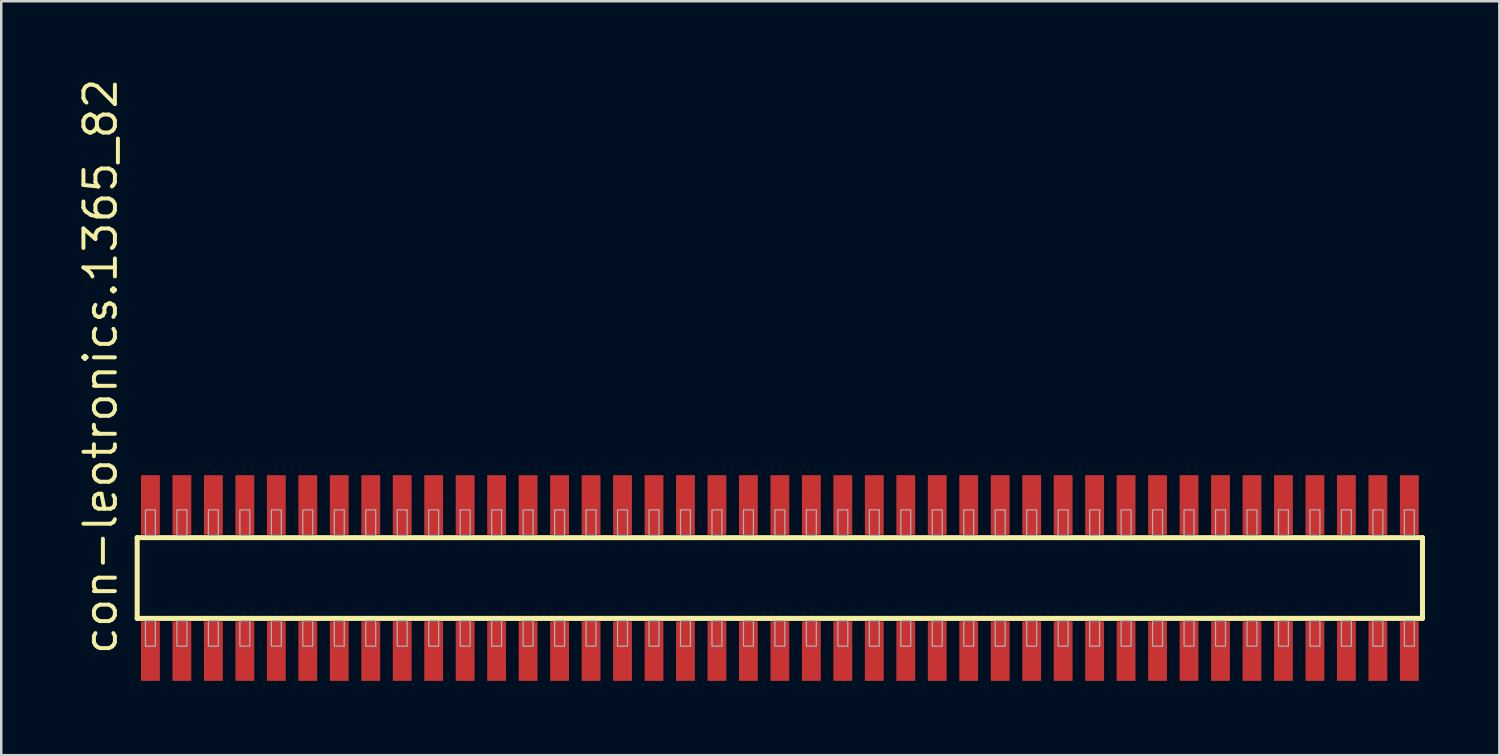
<source format=kicad_pcb>
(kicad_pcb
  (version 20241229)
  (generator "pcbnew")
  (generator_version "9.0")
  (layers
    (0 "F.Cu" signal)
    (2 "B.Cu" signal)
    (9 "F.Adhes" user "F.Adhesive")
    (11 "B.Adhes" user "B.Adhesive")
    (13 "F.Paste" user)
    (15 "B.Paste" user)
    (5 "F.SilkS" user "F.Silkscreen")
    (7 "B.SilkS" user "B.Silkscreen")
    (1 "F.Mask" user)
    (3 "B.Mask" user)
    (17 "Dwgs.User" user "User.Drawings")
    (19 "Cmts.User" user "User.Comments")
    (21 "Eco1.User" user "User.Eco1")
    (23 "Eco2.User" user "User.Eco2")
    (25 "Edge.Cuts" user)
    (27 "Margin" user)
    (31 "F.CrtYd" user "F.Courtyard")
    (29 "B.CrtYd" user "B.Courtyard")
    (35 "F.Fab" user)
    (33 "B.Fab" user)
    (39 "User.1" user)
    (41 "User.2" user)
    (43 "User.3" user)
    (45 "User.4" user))
  (footprint "con-leotronics.1365_82"
    (layer "F.Cu")
    (at 28.42 20.274)
    (property "Reference" "con-leotronics.1365_82" (at -26.67 3.175 90) (layer "F.SilkS") (effects (font (size 1.27 1.27) (thickness 0.16)) (justify left bottom)))
    (attr smd)
    (fp_line (start -25.935 -1.63) (end 25.93 -1.63) (stroke (width 0.203) (type default)) (layer "F.SilkS"))
    (fp_line (start -25.935 1.63) (end -25.935 -1.63) (stroke (width 0.203) (type default)) (layer "F.SilkS"))
    (fp_line (start 25.93 -1.63) (end 25.93 1.63) (stroke (width 0.203) (type default)) (layer "F.SilkS"))
    (fp_line (start 25.93 1.63) (end -25.935 1.63) (stroke (width 0.203) (type default)) (layer "F.SilkS"))
    (fp_rect (start -25.6 -1.725) (end -25.2 -2.75) (stroke (width 0.05) (type default)) (fill no) (layer "F.Fab"))
    (fp_rect (start -25.6 2.75) (end -25.2 1.725) (stroke (width 0.05) (type default)) (fill no) (layer "F.Fab"))
    (fp_rect (start -24.33 -1.725) (end -23.93 -2.75) (stroke (width 0.05) (type default)) (fill no) (layer "F.Fab"))
    (fp_rect (start -24.33 2.75) (end -23.93 1.725) (stroke (width 0.05) (type default)) (fill no) (layer "F.Fab"))
    (fp_rect (start -23.06 -1.725) (end -22.66 -2.75) (stroke (width 0.05) (type default)) (fill no) (layer "F.Fab"))
    (fp_rect (start -23.06 2.75) (end -22.66 1.725) (stroke (width 0.05) (type default)) (fill no) (layer "F.Fab"))
    (fp_rect (start -21.79 -1.725) (end -21.39 -2.75) (stroke (width 0.05) (type default)) (fill no) (layer "F.Fab"))
    (fp_rect (start -21.79 2.75) (end -21.39 1.725) (stroke (width 0.05) (type default)) (fill no) (layer "F.Fab"))
    (fp_rect (start -20.52 -1.725) (end -20.12 -2.75) (stroke (width 0.05) (type default)) (fill no) (layer "F.Fab"))
    (fp_rect (start -20.52 2.75) (end -20.12 1.725) (stroke (width 0.05) (type default)) (fill no) (layer "F.Fab"))
    (fp_rect (start -19.25 -1.725) (end -18.85 -2.75) (stroke (width 0.05) (type default)) (fill no) (layer "F.Fab"))
    (fp_rect (start -19.25 2.75) (end -18.85 1.725) (stroke (width 0.05) (type default)) (fill no) (layer "F.Fab"))
    (fp_rect (start -17.98 -1.725) (end -17.58 -2.75) (stroke (width 0.05) (type default)) (fill no) (layer "F.Fab"))
    (fp_rect (start -17.98 2.75) (end -17.58 1.725) (stroke (width 0.05) (type default)) (fill no) (layer "F.Fab"))
    (fp_rect (start -16.71 -1.725) (end -16.31 -2.75) (stroke (width 0.05) (type default)) (fill no) (layer "F.Fab"))
    (fp_rect (start -16.71 2.75) (end -16.31 1.725) (stroke (width 0.05) (type default)) (fill no) (layer "F.Fab"))
    (fp_rect (start -15.44 -1.725) (end -15.04 -2.75) (stroke (width 0.05) (type default)) (fill no) (layer "F.Fab"))
    (fp_rect (start -15.44 2.75) (end -15.04 1.725) (stroke (width 0.05) (type default)) (fill no) (layer "F.Fab"))
    (fp_rect (start -14.17 -1.725) (end -13.77 -2.75) (stroke (width 0.05) (type default)) (fill no) (layer "F.Fab"))
    (fp_rect (start -14.17 2.75) (end -13.77 1.725) (stroke (width 0.05) (type default)) (fill no) (layer "F.Fab"))
    (fp_rect (start -12.9 -1.725) (end -12.5 -2.75) (stroke (width 0.05) (type default)) (fill no) (layer "F.Fab"))
    (fp_rect (start -12.9 2.75) (end -12.5 1.725) (stroke (width 0.05) (type default)) (fill no) (layer "F.Fab"))
    (fp_rect (start -11.63 -1.725) (end -11.23 -2.75) (stroke (width 0.05) (type default)) (fill no) (layer "F.Fab"))
    (fp_rect (start -11.63 2.75) (end -11.23 1.725) (stroke (width 0.05) (type default)) (fill no) (layer "F.Fab"))
    (fp_rect (start -10.36 -1.725) (end -9.96 -2.75) (stroke (width 0.05) (type default)) (fill no) (layer "F.Fab"))
    (fp_rect (start -10.36 2.75) (end -9.96 1.725) (stroke (width 0.05) (type default)) (fill no) (layer "F.Fab"))
    (fp_rect (start -9.09 -1.725) (end -8.69 -2.75) (stroke (width 0.05) (type default)) (fill no) (layer "F.Fab"))
    (fp_rect (start -9.09 2.75) (end -8.69 1.725) (stroke (width 0.05) (type default)) (fill no) (layer "F.Fab"))
    (fp_rect (start -7.82 -1.725) (end -7.42 -2.75) (stroke (width 0.05) (type default)) (fill no) (layer "F.Fab"))
    (fp_rect (start -7.82 2.75) (end -7.42 1.725) (stroke (width 0.05) (type default)) (fill no) (layer "F.Fab"))
    (fp_rect (start -6.55 -1.725) (end -6.15 -2.75) (stroke (width 0.05) (type default)) (fill no) (layer "F.Fab"))
    (fp_rect (start -6.55 2.75) (end -6.15 1.725) (stroke (width 0.05) (type default)) (fill no) (layer "F.Fab"))
    (fp_rect (start -5.28 -1.725) (end -4.88 -2.75) (stroke (width 0.05) (type default)) (fill no) (layer "F.Fab"))
    (fp_rect (start -5.28 2.75) (end -4.88 1.725) (stroke (width 0.05) (type default)) (fill no) (layer "F.Fab"))
    (fp_rect (start -4.01 -1.725) (end -3.61 -2.75) (stroke (width 0.05) (type default)) (fill no) (layer "F.Fab"))
    (fp_rect (start -4.01 2.75) (end -3.61 1.725) (stroke (width 0.05) (type default)) (fill no) (layer "F.Fab"))
    (fp_rect (start -2.74 -1.725) (end -2.34 -2.75) (stroke (width 0.05) (type default)) (fill no) (layer "F.Fab"))
    (fp_rect (start -2.74 2.75) (end -2.34 1.725) (stroke (width 0.05) (type default)) (fill no) (layer "F.Fab"))
    (fp_rect (start -1.47 -1.725) (end -1.07 -2.75) (stroke (width 0.05) (type default)) (fill no) (layer "F.Fab"))
    (fp_rect (start -1.47 2.75) (end -1.07 1.725) (stroke (width 0.05) (type default)) (fill no) (layer "F.Fab"))
    (fp_rect (start -0.2 -1.725) (end 0.2 -2.75) (stroke (width 0.05) (type default)) (fill no) (layer "F.Fab"))
    (fp_rect (start -0.2 2.75) (end 0.2 1.725) (stroke (width 0.05) (type default)) (fill no) (layer "F.Fab"))
    (fp_rect (start 1.07 -1.725) (end 1.47 -2.75) (stroke (width 0.05) (type default)) (fill no) (layer "F.Fab"))
    (fp_rect (start 1.07 2.75) (end 1.47 1.725) (stroke (width 0.05) (type default)) (fill no) (layer "F.Fab"))
    (fp_rect (start 2.34 -1.725) (end 2.74 -2.75) (stroke (width 0.05) (type default)) (fill no) (layer "F.Fab"))
    (fp_rect (start 2.34 2.75) (end 2.74 1.725) (stroke (width 0.05) (type default)) (fill no) (layer "F.Fab"))
    (fp_rect (start 3.61 -1.725) (end 4.01 -2.75) (stroke (width 0.05) (type default)) (fill no) (layer "F.Fab"))
    (fp_rect (start 3.61 2.75) (end 4.01 1.725) (stroke (width 0.05) (type default)) (fill no) (layer "F.Fab"))
    (fp_rect (start 4.88 -1.725) (end 5.28 -2.75) (stroke (width 0.05) (type default)) (fill no) (layer "F.Fab"))
    (fp_rect (start 4.88 2.75) (end 5.28 1.725) (stroke (width 0.05) (type default)) (fill no) (layer "F.Fab"))
    (fp_rect (start 6.15 -1.725) (end 6.55 -2.75) (stroke (width 0.05) (type default)) (fill no) (layer "F.Fab"))
    (fp_rect (start 6.15 2.75) (end 6.55 1.725) (stroke (width 0.05) (type default)) (fill no) (layer "F.Fab"))
    (fp_rect (start 7.42 -1.725) (end 7.82 -2.75) (stroke (width 0.05) (type default)) (fill no) (layer "F.Fab"))
    (fp_rect (start 7.42 2.75) (end 7.82 1.725) (stroke (width 0.05) (type default)) (fill no) (layer "F.Fab"))
    (fp_rect (start 8.69 -1.725) (end 9.09 -2.75) (stroke (width 0.05) (type default)) (fill no) (layer "F.Fab"))
    (fp_rect (start 8.69 2.75) (end 9.09 1.725) (stroke (width 0.05) (type default)) (fill no) (layer "F.Fab"))
    (fp_rect (start 9.96 -1.725) (end 10.36 -2.75) (stroke (width 0.05) (type default)) (fill no) (layer "F.Fab"))
    (fp_rect (start 9.96 2.75) (end 10.36 1.725) (stroke (width 0.05) (type default)) (fill no) (layer "F.Fab"))
    (fp_rect (start 11.23 -1.725) (end 11.63 -2.75) (stroke (width 0.05) (type default)) (fill no) (layer "F.Fab"))
    (fp_rect (start 11.23 2.75) (end 11.63 1.725) (stroke (width 0.05) (type default)) (fill no) (layer "F.Fab"))
    (fp_rect (start 12.5 -1.725) (end 12.9 -2.75) (stroke (width 0.05) (type default)) (fill no) (layer "F.Fab"))
    (fp_rect (start 12.5 2.75) (end 12.9 1.725) (stroke (width 0.05) (type default)) (fill no) (layer "F.Fab"))
    (fp_rect (start 13.77 -1.725) (end 14.17 -2.75) (stroke (width 0.05) (type default)) (fill no) (layer "F.Fab"))
    (fp_rect (start 13.77 2.75) (end 14.17 1.725) (stroke (width 0.05) (type default)) (fill no) (layer "F.Fab"))
    (fp_rect (start 15.04 -1.725) (end 15.44 -2.75) (stroke (width 0.05) (type default)) (fill no) (layer "F.Fab"))
    (fp_rect (start 15.04 2.75) (end 15.44 1.725) (stroke (width 0.05) (type default)) (fill no) (layer "F.Fab"))
    (fp_rect (start 16.31 -1.725) (end 16.71 -2.75) (stroke (width 0.05) (type default)) (fill no) (layer "F.Fab"))
    (fp_rect (start 16.31 2.75) (end 16.71 1.725) (stroke (width 0.05) (type default)) (fill no) (layer "F.Fab"))
    (fp_rect (start 17.58 -1.725) (end 17.98 -2.75) (stroke (width 0.05) (type default)) (fill no) (layer "F.Fab"))
    (fp_rect (start 17.58 2.75) (end 17.98 1.725) (stroke (width 0.05) (type default)) (fill no) (layer "F.Fab"))
    (fp_rect (start 18.85 -1.725) (end 19.25 -2.75) (stroke (width 0.05) (type default)) (fill no) (layer "F.Fab"))
    (fp_rect (start 18.85 2.75) (end 19.25 1.725) (stroke (width 0.05) (type default)) (fill no) (layer "F.Fab"))
    (fp_rect (start 20.12 -1.725) (end 20.52 -2.75) (stroke (width 0.05) (type default)) (fill no) (layer "F.Fab"))
    (fp_rect (start 20.12 2.75) (end 20.52 1.725) (stroke (width 0.05) (type default)) (fill no) (layer "F.Fab"))
    (fp_rect (start 21.39 -1.725) (end 21.79 -2.75) (stroke (width 0.05) (type default)) (fill no) (layer "F.Fab"))
    (fp_rect (start 21.39 2.75) (end 21.79 1.725) (stroke (width 0.05) (type default)) (fill no) (layer "F.Fab"))
    (fp_rect (start 22.66 -1.725) (end 23.06 -2.75) (stroke (width 0.05) (type default)) (fill no) (layer "F.Fab"))
    (fp_rect (start 22.66 2.75) (end 23.06 1.725) (stroke (width 0.05) (type default)) (fill no) (layer "F.Fab"))
    (fp_rect (start 23.93 -1.725) (end 24.33 -2.75) (stroke (width 0.05) (type default)) (fill no) (layer "F.Fab"))
    (fp_rect (start 23.93 2.75) (end 24.33 1.725) (stroke (width 0.05) (type default)) (fill no) (layer "F.Fab"))
    (fp_rect (start 25.2 -1.725) (end 25.6 -2.75) (stroke (width 0.05) (type default)) (fill no) (layer "F.Fab"))
    (fp_rect (start 25.2 2.75) (end 25.6 1.725) (stroke (width 0.05) (type default)) (fill no) (layer "F.Fab"))
    (pad "1" smd roundrect (at -25.4 2.95) (size 0.76 2.4) (layers "F.Cu" "F.Mask" "F.Paste") (roundrect_rratio 0.01))
    (pad "2" smd roundrect (at -25.4 -2.95) (size 0.76 2.4) (layers "F.Cu" "F.Mask" "F.Paste") (roundrect_rratio 0.01))
    (pad "3" smd roundrect (at -24.13 2.95) (size 0.76 2.4) (layers "F.Cu" "F.Mask" "F.Paste") (roundrect_rratio 0.01))
    (pad "4" smd roundrect (at -24.13 -2.95) (size 0.76 2.4) (layers "F.Cu" "F.Mask" "F.Paste") (roundrect_rratio 0.01))
    (pad "5" smd roundrect (at -22.86 2.95) (size 0.76 2.4) (layers "F.Cu" "F.Mask" "F.Paste") (roundrect_rratio 0.01))
    (pad "6" smd roundrect (at -22.86 -2.95) (size 0.76 2.4) (layers "F.Cu" "F.Mask" "F.Paste") (roundrect_rratio 0.01))
    (pad "7" smd roundrect (at -21.59 2.95) (size 0.76 2.4) (layers "F.Cu" "F.Mask" "F.Paste") (roundrect_rratio 0.01))
    (pad "8" smd roundrect (at -21.59 -2.95) (size 0.76 2.4) (layers "F.Cu" "F.Mask" "F.Paste") (roundrect_rratio 0.01))
    (pad "9" smd roundrect (at -20.32 2.95) (size 0.76 2.4) (layers "F.Cu" "F.Mask" "F.Paste") (roundrect_rratio 0.01))
    (pad "10" smd roundrect (at -20.32 -2.95) (size 0.76 2.4) (layers "F.Cu" "F.Mask" "F.Paste") (roundrect_rratio 0.01))
    (pad "11" smd roundrect (at -19.05 2.95) (size 0.76 2.4) (layers "F.Cu" "F.Mask" "F.Paste") (roundrect_rratio 0.01))
    (pad "12" smd roundrect (at -19.05 -2.95) (size 0.76 2.4) (layers "F.Cu" "F.Mask" "F.Paste") (roundrect_rratio 0.01))
    (pad "13" smd roundrect (at -17.78 2.95) (size 0.76 2.4) (layers "F.Cu" "F.Mask" "F.Paste") (roundrect_rratio 0.01))
    (pad "14" smd roundrect (at -17.78 -2.95) (size 0.76 2.4) (layers "F.Cu" "F.Mask" "F.Paste") (roundrect_rratio 0.01))
    (pad "15" smd roundrect (at -16.51 2.95) (size 0.76 2.4) (layers "F.Cu" "F.Mask" "F.Paste") (roundrect_rratio 0.01))
    (pad "16" smd roundrect (at -16.51 -2.95) (size 0.76 2.4) (layers "F.Cu" "F.Mask" "F.Paste") (roundrect_rratio 0.01))
    (pad "17" smd roundrect (at -15.24 2.95) (size 0.76 2.4) (layers "F.Cu" "F.Mask" "F.Paste") (roundrect_rratio 0.01))
    (pad "18" smd roundrect (at -15.24 -2.95) (size 0.76 2.4) (layers "F.Cu" "F.Mask" "F.Paste") (roundrect_rratio 0.01))
    (pad "19" smd roundrect (at -13.97 2.95) (size 0.76 2.4) (layers "F.Cu" "F.Mask" "F.Paste") (roundrect_rratio 0.01))
    (pad "20" smd roundrect (at -13.97 -2.95) (size 0.76 2.4) (layers "F.Cu" "F.Mask" "F.Paste") (roundrect_rratio 0.01))
    (pad "21" smd roundrect (at -12.7 2.95) (size 0.76 2.4) (layers "F.Cu" "F.Mask" "F.Paste") (roundrect_rratio 0.01))
    (pad "22" smd roundrect (at -12.7 -2.95) (size 0.76 2.4) (layers "F.Cu" "F.Mask" "F.Paste") (roundrect_rratio 0.01))
    (pad "23" smd roundrect (at -11.43 2.95) (size 0.76 2.4) (layers "F.Cu" "F.Mask" "F.Paste") (roundrect_rratio 0.01))
    (pad "24" smd roundrect (at -11.43 -2.95) (size 0.76 2.4) (layers "F.Cu" "F.Mask" "F.Paste") (roundrect_rratio 0.01))
    (pad "25" smd roundrect (at -10.16 2.95) (size 0.76 2.4) (layers "F.Cu" "F.Mask" "F.Paste") (roundrect_rratio 0.01))
    (pad "26" smd roundrect (at -10.16 -2.95) (size 0.76 2.4) (layers "F.Cu" "F.Mask" "F.Paste") (roundrect_rratio 0.01))
    (pad "27" smd roundrect (at -8.89 2.95) (size 0.76 2.4) (layers "F.Cu" "F.Mask" "F.Paste") (roundrect_rratio 0.01))
    (pad "28" smd roundrect (at -8.89 -2.95) (size 0.76 2.4) (layers "F.Cu" "F.Mask" "F.Paste") (roundrect_rratio 0.01))
    (pad "29" smd roundrect (at -7.62 2.95) (size 0.76 2.4) (layers "F.Cu" "F.Mask" "F.Paste") (roundrect_rratio 0.01))
    (pad "30" smd roundrect (at -7.62 -2.95) (size 0.76 2.4) (layers "F.Cu" "F.Mask" "F.Paste") (roundrect_rratio 0.01))
    (pad "31" smd roundrect (at -6.35 2.95) (size 0.76 2.4) (layers "F.Cu" "F.Mask" "F.Paste") (roundrect_rratio 0.01))
    (pad "32" smd roundrect (at -6.35 -2.95) (size 0.76 2.4) (layers "F.Cu" "F.Mask" "F.Paste") (roundrect_rratio 0.01))
    (pad "33" smd roundrect (at -5.08 2.95) (size 0.76 2.4) (layers "F.Cu" "F.Mask" "F.Paste") (roundrect_rratio 0.01))
    (pad "34" smd roundrect (at -5.08 -2.95) (size 0.76 2.4) (layers "F.Cu" "F.Mask" "F.Paste") (roundrect_rratio 0.01))
    (pad "35" smd roundrect (at -3.81 2.95) (size 0.76 2.4) (layers "F.Cu" "F.Mask" "F.Paste") (roundrect_rratio 0.01))
    (pad "36" smd roundrect (at -3.81 -2.95) (size 0.76 2.4) (layers "F.Cu" "F.Mask" "F.Paste") (roundrect_rratio 0.01))
    (pad "37" smd roundrect (at -2.54 2.95) (size 0.76 2.4) (layers "F.Cu" "F.Mask" "F.Paste") (roundrect_rratio 0.01))
    (pad "38" smd roundrect (at -2.54 -2.95) (size 0.76 2.4) (layers "F.Cu" "F.Mask" "F.Paste") (roundrect_rratio 0.01))
    (pad "39" smd roundrect (at -1.27 2.95) (size 0.76 2.4) (layers "F.Cu" "F.Mask" "F.Paste") (roundrect_rratio 0.01))
    (pad "40" smd roundrect (at -1.27 -2.95) (size 0.76 2.4) (layers "F.Cu" "F.Mask" "F.Paste") (roundrect_rratio 0.01))
    (pad "41" smd roundrect (at 0 2.95) (size 0.76 2.4) (layers "F.Cu" "F.Mask" "F.Paste") (roundrect_rratio 0.01))
    (pad "42" smd roundrect (at 0 -2.95) (size 0.76 2.4) (layers "F.Cu" "F.Mask" "F.Paste") (roundrect_rratio 0.01))
    (pad "43" smd roundrect (at 1.27 2.95) (size 0.76 2.4) (layers "F.Cu" "F.Mask" "F.Paste") (roundrect_rratio 0.01))
    (pad "44" smd roundrect (at 1.27 -2.95) (size 0.76 2.4) (layers "F.Cu" "F.Mask" "F.Paste") (roundrect_rratio 0.01))
    (pad "45" smd roundrect (at 2.54 2.95) (size 0.76 2.4) (layers "F.Cu" "F.Mask" "F.Paste") (roundrect_rratio 0.01))
    (pad "46" smd roundrect (at 2.54 -2.95) (size 0.76 2.4) (layers "F.Cu" "F.Mask" "F.Paste") (roundrect_rratio 0.01))
    (pad "47" smd roundrect (at 3.81 2.95) (size 0.76 2.4) (layers "F.Cu" "F.Mask" "F.Paste") (roundrect_rratio 0.01))
    (pad "48" smd roundrect (at 3.81 -2.95) (size 0.76 2.4) (layers "F.Cu" "F.Mask" "F.Paste") (roundrect_rratio 0.01))
    (pad "49" smd roundrect (at 5.08 2.95) (size 0.76 2.4) (layers "F.Cu" "F.Mask" "F.Paste") (roundrect_rratio 0.01))
    (pad "50" smd roundrect (at 5.08 -2.95) (size 0.76 2.4) (layers "F.Cu" "F.Mask" "F.Paste") (roundrect_rratio 0.01))
    (pad "51" smd roundrect (at 6.35 2.95) (size 0.76 2.4) (layers "F.Cu" "F.Mask" "F.Paste") (roundrect_rratio 0.01))
    (pad "52" smd roundrect (at 6.35 -2.95) (size 0.76 2.4) (layers "F.Cu" "F.Mask" "F.Paste") (roundrect_rratio 0.01))
    (pad "53" smd roundrect (at 7.62 2.95) (size 0.76 2.4) (layers "F.Cu" "F.Mask" "F.Paste") (roundrect_rratio 0.01))
    (pad "54" smd roundrect (at 7.62 -2.95) (size 0.76 2.4) (layers "F.Cu" "F.Mask" "F.Paste") (roundrect_rratio 0.01))
    (pad "55" smd roundrect (at 8.89 2.95) (size 0.76 2.4) (layers "F.Cu" "F.Mask" "F.Paste") (roundrect_rratio 0.01))
    (pad "56" smd roundrect (at 8.89 -2.95) (size 0.76 2.4) (layers "F.Cu" "F.Mask" "F.Paste") (roundrect_rratio 0.01))
    (pad "57" smd roundrect (at 10.16 2.95) (size 0.76 2.4) (layers "F.Cu" "F.Mask" "F.Paste") (roundrect_rratio 0.01))
    (pad "58" smd roundrect (at 10.16 -2.95) (size 0.76 2.4) (layers "F.Cu" "F.Mask" "F.Paste") (roundrect_rratio 0.01))
    (pad "59" smd roundrect (at 11.43 2.95) (size 0.76 2.4) (layers "F.Cu" "F.Mask" "F.Paste") (roundrect_rratio 0.01))
    (pad "60" smd roundrect (at 11.43 -2.95) (size 0.76 2.4) (layers "F.Cu" "F.Mask" "F.Paste") (roundrect_rratio 0.01))
    (pad "61" smd roundrect (at 12.7 2.95) (size 0.76 2.4) (layers "F.Cu" "F.Mask" "F.Paste") (roundrect_rratio 0.01))
    (pad "62" smd roundrect (at 12.7 -2.95) (size 0.76 2.4) (layers "F.Cu" "F.Mask" "F.Paste") (roundrect_rratio 0.01))
    (pad "63" smd roundrect (at 13.97 2.95) (size 0.76 2.4) (layers "F.Cu" "F.Mask" "F.Paste") (roundrect_rratio 0.01))
    (pad "64" smd roundrect (at 13.97 -2.95) (size 0.76 2.4) (layers "F.Cu" "F.Mask" "F.Paste") (roundrect_rratio 0.01))
    (pad "65" smd roundrect (at 15.24 2.95) (size 0.76 2.4) (layers "F.Cu" "F.Mask" "F.Paste") (roundrect_rratio 0.01))
    (pad "66" smd roundrect (at 15.24 -2.95) (size 0.76 2.4) (layers "F.Cu" "F.Mask" "F.Paste") (roundrect_rratio 0.01))
    (pad "67" smd roundrect (at 16.51 2.95) (size 0.76 2.4) (layers "F.Cu" "F.Mask" "F.Paste") (roundrect_rratio 0.01))
    (pad "68" smd roundrect (at 16.51 -2.95) (size 0.76 2.4) (layers "F.Cu" "F.Mask" "F.Paste") (roundrect_rratio 0.01))
    (pad "69" smd roundrect (at 17.78 2.95) (size 0.76 2.4) (layers "F.Cu" "F.Mask" "F.Paste") (roundrect_rratio 0.01))
    (pad "70" smd roundrect (at 17.78 -2.95) (size 0.76 2.4) (layers "F.Cu" "F.Mask" "F.Paste") (roundrect_rratio 0.01))
    (pad "71" smd roundrect (at 19.05 2.95) (size 0.76 2.4) (layers "F.Cu" "F.Mask" "F.Paste") (roundrect_rratio 0.01))
    (pad "72" smd roundrect (at 19.05 -2.95) (size 0.76 2.4) (layers "F.Cu" "F.Mask" "F.Paste") (roundrect_rratio 0.01))
    (pad "73" smd roundrect (at 20.32 2.95) (size 0.76 2.4) (layers "F.Cu" "F.Mask" "F.Paste") (roundrect_rratio 0.01))
    (pad "74" smd roundrect (at 20.32 -2.95) (size 0.76 2.4) (layers "F.Cu" "F.Mask" "F.Paste") (roundrect_rratio 0.01))
    (pad "75" smd roundrect (at 21.59 2.95) (size 0.76 2.4) (layers "F.Cu" "F.Mask" "F.Paste") (roundrect_rratio 0.01))
    (pad "76" smd roundrect (at 21.59 -2.95) (size 0.76 2.4) (layers "F.Cu" "F.Mask" "F.Paste") (roundrect_rratio 0.01))
    (pad "77" smd roundrect (at 22.86 2.95) (size 0.76 2.4) (layers "F.Cu" "F.Mask" "F.Paste") (roundrect_rratio 0.01))
    (pad "78" smd roundrect (at 22.86 -2.95) (size 0.76 2.4) (layers "F.Cu" "F.Mask" "F.Paste") (roundrect_rratio 0.01))
    (pad "79" smd roundrect (at 24.13 2.95) (size 0.76 2.4) (layers "F.Cu" "F.Mask" "F.Paste") (roundrect_rratio 0.01))
    (pad "80" smd roundrect (at 24.13 -2.95) (size 0.76 2.4) (layers "F.Cu" "F.Mask" "F.Paste") (roundrect_rratio 0.01))
    (pad "81" smd roundrect (at 25.4 2.95) (size 0.76 2.4) (layers "F.Cu" "F.Mask" "F.Paste") (roundrect_rratio 0.01))
    (pad "82" smd roundrect (at 25.4 -2.95) (size 0.76 2.4) (layers "F.Cu" "F.Mask" "F.Paste") (roundrect_rratio 0.01)))
  (gr_rect
    (start -3 -3)
    (end 57.452 27.424)
    (stroke (width 0.1) (type default))
    (fill no)
    (layer "Edge.Cuts")))
</source>
